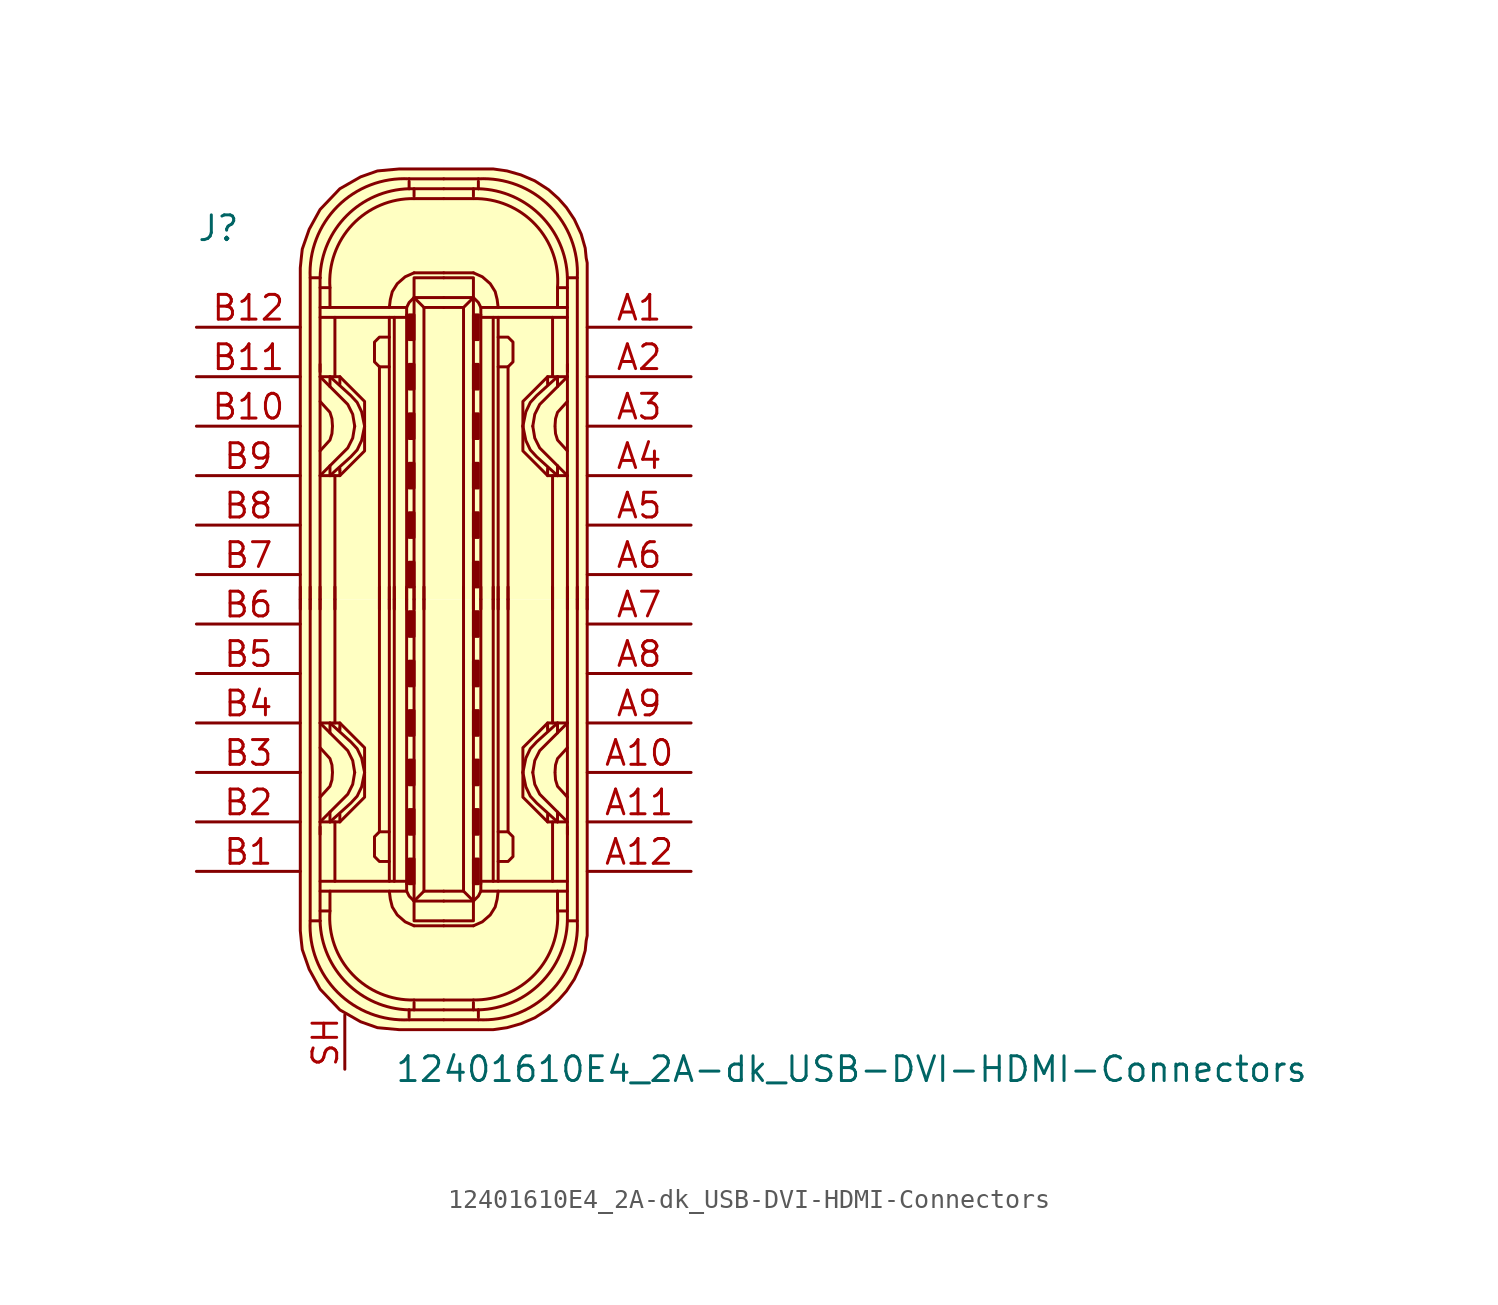
<source format=kicad_sym>
(kicad_symbol_lib
  (version 20211014)
  (generator kicad_symbol_editor)
  (symbol "12401610E4_2A-dk_USB-DVI-HDMI-Connectors"
    (pin_names
      (offset 1.016))
    (property "Reference" "J"
      (at -12.7 19.05 0)
      (effects (font (size 1.27 1.27)) (justify left)))
    (property "Value" "12401610E4_2A-dk_USB-DVI-HDMI-Connectors"
      (at -2.54 -24.13 0)
      (effects (font (size 1.27 1.27)) (justify left)))
    (symbol "12401610E4_2A-dk_USB-DVI-HDMI-Connectors_1_1"
      (arc (start -6.858 -16.51) (mid -5.4492 -20.1812) (end -1.778 -21.59) (stroke (width 0) (type default) (color 0 0 0 0)) (fill (type none)))
      (arc (start -6.35 -16.51) (mid -4.9749 -19.7069) (end -1.778 -21.082) (stroke (width 0) (type default) (color 0 0 0 0)) (fill (type none)))
      (arc (start -5.842 -16.002) (mid -4.6972 -19.2495) (end -1.524 -20.574) (stroke (width 0) (type default) (color 0 0 0 0)) (fill (type none)))
      (rectangle (start -1.778 -14.605) (end -1.524 -13.335) (stroke (width 0) (type default) (color 0 0 0 0)) (fill (type outline)))
      (rectangle (start -1.778 -12.065) (end -1.524 -10.795) (stroke (width 0) (type default) (color 0 0 0 0)) (fill (type outline)))
      (rectangle (start -1.778 -9.525) (end -1.524 -8.255) (stroke (width 0) (type default) (color 0 0 0 0)) (fill (type outline)))
      (rectangle (start -1.778 -6.985) (end -1.524 -5.715) (stroke (width 0) (type default) (color 0 0 0 0)) (fill (type outline)))
      (rectangle (start -1.778 -4.445) (end -1.524 -3.175) (stroke (width 0) (type default) (color 0 0 0 0)) (fill (type outline)))
      (rectangle (start -1.778 -1.905) (end -1.524 -0.635) (stroke (width 0) (type default) (color 0 0 0 0)) (fill (type outline)))
      (rectangle (start -1.778 1.905) (end -1.524 0.635) (stroke (width 0) (type default) (color 0 0 0 0)) (fill (type outline)))
      (rectangle (start -1.778 4.445) (end -1.524 3.175) (stroke (width 0) (type default) (color 0 0 0 0)) (fill (type outline)))
      (rectangle (start -1.778 6.985) (end -1.524 5.715) (stroke (width 0) (type default) (color 0 0 0 0)) (fill (type outline)))
      (rectangle (start -1.778 9.525) (end -1.524 8.255) (stroke (width 0) (type default) (color 0 0 0 0)) (fill (type outline)))
      (rectangle (start -1.778 12.065) (end -1.524 10.795) (stroke (width 0) (type default) (color 0 0 0 0)) (fill (type outline)))
      (rectangle (start -1.778 14.605) (end -1.524 13.335) (stroke (width 0) (type default) (color 0 0 0 0)) (fill (type outline)))
      (arc (start -1.778 21.082) (mid -4.9749 19.7069) (end -6.35 16.51) (stroke (width 0) (type default) (color 0 0 0 0)) (fill (type none)))
      (arc (start -1.778 21.59) (mid -5.4492 20.1812) (end -6.858 16.51) (stroke (width 0) (type default) (color 0 0 0 0)) (fill (type none)))
      (arc (start -1.524 20.574) (mid -4.6883 19.2412) (end -5.842 16.002) (stroke (width 0) (type default) (color 0 0 0 0)) (fill (type none)))
      (polyline (pts (xy -7.366 -0.508) (xy -7.366 0.635)) (stroke (width 0) (type default) (color 0 0 0 0)) (fill (type none)))
      (polyline (pts (xy -6.858 -0.508) (xy -6.858 0.635)) (stroke (width 0) (type default) (color 0 0 0 0)) (fill (type none)))
      (polyline (pts (xy -6.35 -14.986) (xy -1.905 -14.986)) (stroke (width 0) (type default) (color 0 0 0 0)) (fill (type none)))
      (polyline (pts (xy -6.35 -12.065) (xy -6.35 0)) (stroke (width 0) (type default) (color 0 0 0 0)) (fill (type none)))
      (polyline (pts (xy -6.35 -0.508) (xy -6.35 0.635)) (stroke (width 0) (type default) (color 0 0 0 0)) (fill (type none)))
      (polyline (pts (xy -6.35 12.065) (xy -6.35 0)) (stroke (width 0) (type default) (color 0 0 0 0)) (fill (type none)))
      (polyline (pts (xy -6.35 14.986) (xy -1.905 14.986)) (stroke (width 0) (type default) (color 0 0 0 0)) (fill (type none)))
      (polyline (pts (xy -5.842 -11.43) (xy -5.842 -10.922)) (stroke (width 0) (type default) (color 0 0 0 0)) (fill (type none)))
      (polyline (pts (xy -5.842 -6.35) (xy -5.842 -6.858)) (stroke (width 0) (type default) (color 0 0 0 0)) (fill (type none)))
      (polyline (pts (xy -5.842 6.35) (xy -5.842 6.858)) (stroke (width 0) (type default) (color 0 0 0 0)) (fill (type none)))
      (polyline (pts (xy -5.842 11.43) (xy -5.842 10.922)) (stroke (width 0) (type default) (color 0 0 0 0)) (fill (type none)))
      (polyline (pts (xy -5.588 -14.478) (xy -5.588 -11.43)) (stroke (width 0) (type default) (color 0 0 0 0)) (fill (type none)))
      (polyline (pts (xy -5.588 -6.35) (xy -5.588 0)) (stroke (width 0) (type default) (color 0 0 0 0)) (fill (type none)))
      (polyline (pts (xy -5.588 -0.508) (xy -5.588 0.635)) (stroke (width 0) (type default) (color 0 0 0 0)) (fill (type none)))
      (polyline (pts (xy -5.588 6.35) (xy -5.588 0)) (stroke (width 0) (type default) (color 0 0 0 0)) (fill (type none)))
      (polyline (pts (xy -5.588 14.478) (xy -5.588 11.43)) (stroke (width 0) (type default) (color 0 0 0 0)) (fill (type none)))
      (polyline (pts (xy -5.334 -11.43) (xy -5.334 -11.049)) (stroke (width 0) (type default) (color 0 0 0 0)) (fill (type none)))
      (polyline (pts (xy -5.334 -6.604) (xy -5.334 -6.731)) (stroke (width 0) (type default) (color 0 0 0 0)) (fill (type none)))
      (polyline (pts (xy -5.334 -6.35) (xy -5.334 -6.604)) (stroke (width 0) (type default) (color 0 0 0 0)) (fill (type none)))
      (polyline (pts (xy -5.334 6.35) (xy -5.334 6.604)) (stroke (width 0) (type default) (color 0 0 0 0)) (fill (type none)))
      (polyline (pts (xy -5.334 6.604) (xy -5.334 6.731)) (stroke (width 0) (type default) (color 0 0 0 0)) (fill (type none)))
      (polyline (pts (xy -5.334 11.43) (xy -5.334 11.049)) (stroke (width 0) (type default) (color 0 0 0 0)) (fill (type none)))
      (polyline (pts (xy -3.302 -0.508) (xy -3.302 0.635)) (stroke (width 0) (type default) (color 0 0 0 0)) (fill (type none)))
      (polyline (pts (xy -3.302 0) (xy -3.302 -11.938)) (stroke (width 0) (type default) (color 0 0 0 0)) (fill (type none)))
      (polyline (pts (xy -3.302 0) (xy -3.302 11.938)) (stroke (width 0) (type default) (color 0 0 0 0)) (fill (type none)))
      (polyline (pts (xy -2.794 -0.508) (xy -2.794 0.635)) (stroke (width 0) (type default) (color 0 0 0 0)) (fill (type none)))
      (polyline (pts (xy -2.794 0) (xy -2.794 -14.478)) (stroke (width 0) (type default) (color 0 0 0 0)) (fill (type none)))
      (polyline (pts (xy -2.794 0) (xy -2.794 14.478)) (stroke (width 0) (type default) (color 0 0 0 0)) (fill (type none)))
      (polyline (pts (xy -2.54 -14.478) (xy -2.54 0)) (stroke (width 0) (type default) (color 0 0 0 0)) (fill (type none)))
      (polyline (pts (xy -2.54 -0.508) (xy -2.54 0.635)) (stroke (width 0) (type default) (color 0 0 0 0)) (fill (type none)))
      (polyline (pts (xy -2.54 14.478) (xy -2.54 0)) (stroke (width 0) (type default) (color 0 0 0 0)) (fill (type none)))
      (polyline (pts (xy -1.905 -14.478) (xy -6.35 -14.478)) (stroke (width 0) (type default) (color 0 0 0 0)) (fill (type none)))
      (polyline (pts (xy -1.905 -0.508) (xy -1.905 0.635)) (stroke (width 0) (type default) (color 0 0 0 0)) (fill (type none)))
      (polyline (pts (xy -1.905 0) (xy -1.905 -14.605)) (stroke (width 0) (type default) (color 0 0 0 0)) (fill (type none)))
      (polyline (pts (xy -1.905 0) (xy -1.905 14.605)) (stroke (width 0) (type default) (color 0 0 0 0)) (fill (type none)))
      (polyline (pts (xy -1.905 14.478) (xy -6.35 14.478)) (stroke (width 0) (type default) (color 0 0 0 0)) (fill (type none)))
      (polyline (pts (xy -1.778 -21.59) (xy 0 -21.59)) (stroke (width 0) (type default) (color 0 0 0 0)) (fill (type background)))
      (polyline (pts (xy -1.778 -21.082) (xy -1.778 -21.463)) (stroke (width 0) (type default) (color 0 0 0 0)) (fill (type none)))
      (polyline (pts (xy -1.778 -21.082) (xy 0 -21.082)) (stroke (width 0) (type default) (color 0 0 0 0)) (fill (type none)))
      (polyline (pts (xy -1.778 21.082) (xy -1.778 21.463)) (stroke (width 0) (type default) (color 0 0 0 0)) (fill (type none)))
      (polyline (pts (xy -1.778 21.082) (xy 0 21.082)) (stroke (width 0) (type default) (color 0 0 0 0)) (fill (type none)))
      (polyline (pts (xy -1.778 21.59) (xy 0 21.59)) (stroke (width 0) (type default) (color 0 0 0 0)) (fill (type background)))
      (polyline (pts (xy -1.524 -20.701) (xy -1.524 -21.082)) (stroke (width 0) (type default) (color 0 0 0 0)) (fill (type none)))
      (polyline (pts (xy -1.524 -20.574) (xy 0 -20.574)) (stroke (width 0) (type default) (color 0 0 0 0)) (fill (type none)))
      (polyline (pts (xy -1.524 -0.508) (xy -1.524 0.635)) (stroke (width 0) (type default) (color 0 0 0 0)) (fill (type none)))
      (polyline (pts (xy -1.524 20.574) (xy 0 20.574)) (stroke (width 0) (type default) (color 0 0 0 0)) (fill (type none)))
      (polyline (pts (xy -1.524 20.701) (xy -1.524 21.082)) (stroke (width 0) (type default) (color 0 0 0 0)) (fill (type none)))
      (polyline (pts (xy -1.016 -14.986) (xy -1.524 -15.494)) (stroke (width 0) (type default) (color 0 0 0 0)) (fill (type none)))
      (polyline (pts (xy -1.016 -0.508) (xy -1.016 0.635)) (stroke (width 0) (type default) (color 0 0 0 0)) (fill (type none)))
      (polyline (pts (xy -1.016 14.986) (xy -1.524 15.494)) (stroke (width 0) (type default) (color 0 0 0 0)) (fill (type none)))
      (polyline (pts (xy 0 -16.764) (xy -1.524 -16.764)) (stroke (width 0) (type default) (color 0 0 0 0)) (fill (type none)))
      (polyline (pts (xy 0 -16.764) (xy 1.524 -16.764)) (stroke (width 0) (type default) (color 0 0 0 0)) (fill (type none)))
      (polyline (pts (xy 0 16.764) (xy -1.524 16.764)) (stroke (width 0) (type default) (color 0 0 0 0)) (fill (type none)))
      (polyline (pts (xy 0 16.764) (xy 1.524 16.764)) (stroke (width 0) (type default) (color 0 0 0 0)) (fill (type none)))
      (polyline (pts (xy 1.016 -14.986) (xy 1.524 -15.494)) (stroke (width 0) (type default) (color 0 0 0 0)) (fill (type none)))
      (polyline (pts (xy 1.016 -0.508) (xy 1.016 0.635)) (stroke (width 0) (type default) (color 0 0 0 0)) (fill (type none)))
      (polyline (pts (xy 1.016 14.986) (xy 1.524 15.494)) (stroke (width 0) (type default) (color 0 0 0 0)) (fill (type none)))
      (polyline (pts (xy 1.524 -20.701) (xy 1.524 -21.082)) (stroke (width 0) (type default) (color 0 0 0 0)) (fill (type none)))
      (polyline (pts (xy 1.524 -20.574) (xy 0 -20.574)) (stroke (width 0) (type default) (color 0 0 0 0)) (fill (type none)))
      (polyline (pts (xy 1.524 -0.508) (xy 1.524 0.635)) (stroke (width 0) (type default) (color 0 0 0 0)) (fill (type none)))
      (polyline (pts (xy 1.524 20.574) (xy 0 20.574)) (stroke (width 0) (type default) (color 0 0 0 0)) (fill (type none)))
      (polyline (pts (xy 1.524 20.701) (xy 1.524 21.082)) (stroke (width 0) (type default) (color 0 0 0 0)) (fill (type none)))
      (polyline (pts (xy 1.778 -21.59) (xy 0 -21.59)) (stroke (width 0) (type default) (color 0 0 0 0)) (fill (type background)))
      (polyline (pts (xy 1.778 -21.082) (xy 0 -21.082)) (stroke (width 0) (type default) (color 0 0 0 0)) (fill (type none)))
      (polyline (pts (xy 1.778 -21.082) (xy 1.778 -21.463)) (stroke (width 0) (type default) (color 0 0 0 0)) (fill (type none)))
      (polyline (pts (xy 1.778 21.082) (xy 0 21.082)) (stroke (width 0) (type default) (color 0 0 0 0)) (fill (type none)))
      (polyline (pts (xy 1.778 21.082) (xy 1.778 21.463)) (stroke (width 0) (type default) (color 0 0 0 0)) (fill (type none)))
      (polyline (pts (xy 1.778 21.59) (xy 0 21.59)) (stroke (width 0) (type default) (color 0 0 0 0)) (fill (type background)))
      (polyline (pts (xy 1.905 -14.478) (xy 6.35 -14.478)) (stroke (width 0) (type default) (color 0 0 0 0)) (fill (type none)))
      (polyline (pts (xy 1.905 -0.508) (xy 1.905 0.635)) (stroke (width 0) (type default) (color 0 0 0 0)) (fill (type none)))
      (polyline (pts (xy 1.905 0) (xy 1.905 -14.605)) (stroke (width 0) (type default) (color 0 0 0 0)) (fill (type none)))
      (polyline (pts (xy 1.905 0) (xy 1.905 14.605)) (stroke (width 0) (type default) (color 0 0 0 0)) (fill (type none)))
      (polyline (pts (xy 1.905 14.478) (xy 6.35 14.478)) (stroke (width 0) (type default) (color 0 0 0 0)) (fill (type none)))
      (polyline (pts (xy 2.54 -14.478) (xy 2.54 0)) (stroke (width 0) (type default) (color 0 0 0 0)) (fill (type none)))
      (polyline (pts (xy 2.54 -0.508) (xy 2.54 0.635)) (stroke (width 0) (type default) (color 0 0 0 0)) (fill (type none)))
      (polyline (pts (xy 2.54 14.478) (xy 2.54 0)) (stroke (width 0) (type default) (color 0 0 0 0)) (fill (type none)))
      (polyline (pts (xy 2.794 -0.508) (xy 2.794 0.635)) (stroke (width 0) (type default) (color 0 0 0 0)) (fill (type none)))
      (polyline (pts (xy 2.794 0) (xy 2.794 -14.478)) (stroke (width 0) (type default) (color 0 0 0 0)) (fill (type none)))
      (polyline (pts (xy 2.794 0) (xy 2.794 14.478)) (stroke (width 0) (type default) (color 0 0 0 0)) (fill (type none)))
      (polyline (pts (xy 3.302 -0.508) (xy 3.302 0.635)) (stroke (width 0) (type default) (color 0 0 0 0)) (fill (type none)))
      (polyline (pts (xy 3.302 0) (xy 3.302 -11.938)) (stroke (width 0) (type default) (color 0 0 0 0)) (fill (type none)))
      (polyline (pts (xy 3.302 0) (xy 3.302 11.938)) (stroke (width 0) (type default) (color 0 0 0 0)) (fill (type none)))
      (polyline (pts (xy 5.334 -11.43) (xy 5.334 -11.049)) (stroke (width 0) (type default) (color 0 0 0 0)) (fill (type none)))
      (polyline (pts (xy 5.334 -6.604) (xy 5.334 -6.731)) (stroke (width 0) (type default) (color 0 0 0 0)) (fill (type none)))
      (polyline (pts (xy 5.334 -6.35) (xy 5.334 -6.604)) (stroke (width 0) (type default) (color 0 0 0 0)) (fill (type none)))
      (polyline (pts (xy 5.334 6.35) (xy 5.334 6.604)) (stroke (width 0) (type default) (color 0 0 0 0)) (fill (type none)))
      (polyline (pts (xy 5.334 6.604) (xy 5.334 6.731)) (stroke (width 0) (type default) (color 0 0 0 0)) (fill (type none)))
      (polyline (pts (xy 5.334 11.43) (xy 5.334 11.049)) (stroke (width 0) (type default) (color 0 0 0 0)) (fill (type none)))
      (polyline (pts (xy 5.588 -14.478) (xy 5.588 -11.43)) (stroke (width 0) (type default) (color 0 0 0 0)) (fill (type none)))
      (polyline (pts (xy 5.588 -6.35) (xy 5.588 0)) (stroke (width 0) (type default) (color 0 0 0 0)) (fill (type none)))
      (polyline (pts (xy 5.588 -0.508) (xy 5.588 0.635)) (stroke (width 0) (type default) (color 0 0 0 0)) (fill (type none)))
      (polyline (pts (xy 5.588 6.35) (xy 5.588 0)) (stroke (width 0) (type default) (color 0 0 0 0)) (fill (type none)))
      (polyline (pts (xy 5.588 14.478) (xy 5.588 11.43)) (stroke (width 0) (type default) (color 0 0 0 0)) (fill (type none)))
      (polyline (pts (xy 5.842 -11.43) (xy 5.842 -10.922)) (stroke (width 0) (type default) (color 0 0 0 0)) (fill (type none)))
      (polyline (pts (xy 5.842 -6.35) (xy 5.842 -6.858)) (stroke (width 0) (type default) (color 0 0 0 0)) (fill (type none)))
      (polyline (pts (xy 5.842 6.35) (xy 5.842 6.858)) (stroke (width 0) (type default) (color 0 0 0 0)) (fill (type none)))
      (polyline (pts (xy 5.842 11.43) (xy 5.842 10.922)) (stroke (width 0) (type default) (color 0 0 0 0)) (fill (type none)))
      (polyline (pts (xy 6.35 -14.986) (xy 1.905 -14.986)) (stroke (width 0) (type default) (color 0 0 0 0)) (fill (type none)))
      (polyline (pts (xy 6.35 -12.065) (xy 6.35 0)) (stroke (width 0) (type default) (color 0 0 0 0)) (fill (type none)))
      (polyline (pts (xy 6.35 -0.508) (xy 6.35 0.635)) (stroke (width 0) (type default) (color 0 0 0 0)) (fill (type none)))
      (polyline (pts (xy 6.35 12.065) (xy 6.35 0)) (stroke (width 0) (type default) (color 0 0 0 0)) (fill (type none)))
      (polyline (pts (xy 6.35 14.986) (xy 1.905 14.986)) (stroke (width 0) (type default) (color 0 0 0 0)) (fill (type none)))
      (polyline (pts (xy 6.858 -0.508) (xy 6.858 0.635)) (stroke (width 0) (type default) (color 0 0 0 0)) (fill (type none)))
      (polyline (pts (xy 7.366 -0.508) (xy 7.366 0.635)) (stroke (width 0) (type default) (color 0 0 0 0)) (fill (type none)))
      (polyline (pts (xy -6.35 -16.51) (xy -6.858 -16.51) (xy -6.858 0)) (stroke (width 0) (type default) (color 0 0 0 0)) (fill (type none)))
      (polyline (pts (xy -6.35 -11.684) (xy -6.35 -15.875) (xy -6.35 -16.51)) (stroke (width 0) (type default) (color 0 0 0 0)) (fill (type none)))
      (polyline (pts (xy -6.35 11.684) (xy -6.35 15.875) (xy -6.35 16.51)) (stroke (width 0) (type default) (color 0 0 0 0)) (fill (type none)))
      (polyline (pts (xy -6.35 16.51) (xy -6.858 16.51) (xy -6.858 0)) (stroke (width 0) (type default) (color 0 0 0 0)) (fill (type none)))
      (polyline (pts (xy -5.842 -14.986) (xy -5.842 -16.002) (xy -6.35 -16.002)) (stroke (width 0) (type default) (color 0 0 0 0)) (fill (type none)))
      (polyline (pts (xy -5.842 14.986) (xy -5.842 16.002) (xy -6.35 16.002)) (stroke (width 0) (type default) (color 0 0 0 0)) (fill (type none)))
      (polyline (pts (xy -1.524 0) (xy -1.524 -15.494) (xy 0 -15.494)) (stroke (width 0) (type default) (color 0 0 0 0)) (fill (type none)))
      (polyline (pts (xy -1.524 0) (xy -1.524 15.494) (xy 0 15.494)) (stroke (width 0) (type default) (color 0 0 0 0)) (fill (type none)))
      (polyline (pts (xy -1.016 0) (xy -1.016 -14.986) (xy 0 -14.986)) (stroke (width 0) (type default) (color 0 0 0 0)) (fill (type none)))
      (polyline (pts (xy -1.016 0) (xy -1.016 14.986) (xy 0 14.986)) (stroke (width 0) (type default) (color 0 0 0 0)) (fill (type none)))
      (polyline (pts (xy 1.016 0) (xy 1.016 -14.986) (xy 0 -14.986)) (stroke (width 0) (type default) (color 0 0 0 0)) (fill (type none)))
      (polyline (pts (xy 1.016 0) (xy 1.016 14.986) (xy 0 14.986)) (stroke (width 0) (type default) (color 0 0 0 0)) (fill (type none)))
      (polyline (pts (xy 1.524 0) (xy 1.524 -15.494) (xy 0 -15.494)) (stroke (width 0) (type default) (color 0 0 0 0)) (fill (type none)))
      (polyline (pts (xy 1.524 0) (xy 1.524 15.494) (xy 0 15.494)) (stroke (width 0) (type default) (color 0 0 0 0)) (fill (type none)))
      (polyline (pts (xy 5.842 -14.986) (xy 5.842 -16.002) (xy 6.35 -16.002)) (stroke (width 0) (type default) (color 0 0 0 0)) (fill (type none)))
      (polyline (pts (xy 5.842 14.986) (xy 5.842 16.002) (xy 6.35 16.002)) (stroke (width 0) (type default) (color 0 0 0 0)) (fill (type none)))
      (polyline (pts (xy 6.35 -16.51) (xy 6.858 -16.51) (xy 6.858 0)) (stroke (width 0) (type default) (color 0 0 0 0)) (fill (type none)))
      (polyline (pts (xy 6.35 -11.684) (xy 6.35 -15.875) (xy 6.35 -16.51)) (stroke (width 0) (type default) (color 0 0 0 0)) (fill (type none)))
      (polyline (pts (xy 6.35 11.684) (xy 6.35 15.875) (xy 6.35 16.51)) (stroke (width 0) (type default) (color 0 0 0 0)) (fill (type none)))
      (polyline (pts (xy 6.35 16.51) (xy 6.858 16.51) (xy 6.858 0)) (stroke (width 0) (type default) (color 0 0 0 0)) (fill (type none)))
      (polyline (pts (xy -6.35 -11.43) (xy -4.928 -10.008) (xy -4.674 -9.5) (xy -4.572 -8.89)) (stroke (width 0) (type default) (color 0 0 0 0)) (fill (type none)))
      (polyline (pts (xy -6.35 -10.16) (xy -5.842 -9.601) (xy -5.74 -9.271) (xy -5.715 -8.915)) (stroke (width 0) (type default) (color 0 0 0 0)) (fill (type none)))
      (polyline (pts (xy -6.35 -7.62) (xy -5.842 -8.179) (xy -5.74 -8.509) (xy -5.715 -8.865)) (stroke (width 0) (type default) (color 0 0 0 0)) (fill (type none)))
      (polyline (pts (xy -6.35 -6.35) (xy -4.928 -7.772) (xy -4.674 -8.28) (xy -4.572 -8.89)) (stroke (width 0) (type default) (color 0 0 0 0)) (fill (type none)))
      (polyline (pts (xy -6.35 6.35) (xy -4.928 7.772) (xy -4.674 8.28) (xy -4.572 8.89)) (stroke (width 0) (type default) (color 0 0 0 0)) (fill (type none)))
      (polyline (pts (xy -6.35 7.62) (xy -5.842 8.179) (xy -5.74 8.509) (xy -5.715 8.865)) (stroke (width 0) (type default) (color 0 0 0 0)) (fill (type none)))
      (polyline (pts (xy -6.35 10.16) (xy -5.842 9.601) (xy -5.74 9.271) (xy -5.715 8.915)) (stroke (width 0) (type default) (color 0 0 0 0)) (fill (type none)))
      (polyline (pts (xy -6.35 11.43) (xy -4.928 10.008) (xy -4.674 9.5) (xy -4.572 8.89)) (stroke (width 0) (type default) (color 0 0 0 0)) (fill (type none)))
      (polyline (pts (xy -1.905 -14.605) (xy -1.905 -14.986) (xy -1.778 -15.24) (xy -1.524 -15.494)) (stroke (width 0) (type default) (color 0 0 0 0)) (fill (type none)))
      (polyline (pts (xy -1.905 14.605) (xy -1.905 14.986) (xy -1.778 15.24) (xy -1.524 15.494)) (stroke (width 0) (type default) (color 0 0 0 0)) (fill (type none)))
      (polyline (pts (xy 0 -16.51) (xy -1.397 -16.51) (xy -1.524 -16.51) (xy -1.524 -15.494)) (stroke (width 0) (type default) (color 0 0 0 0)) (fill (type none)))
      (polyline (pts (xy 0 -16.51) (xy 1.397 -16.51) (xy 1.524 -16.51) (xy 1.524 -15.494)) (stroke (width 0) (type default) (color 0 0 0 0)) (fill (type none)))
      (polyline (pts (xy 0 16.51) (xy -1.397 16.51) (xy -1.524 16.51) (xy -1.524 15.494)) (stroke (width 0) (type default) (color 0 0 0 0)) (fill (type none)))
      (polyline (pts (xy 0 16.51) (xy 1.397 16.51) (xy 1.524 16.51) (xy 1.524 15.494)) (stroke (width 0) (type default) (color 0 0 0 0)) (fill (type none)))
      (polyline (pts (xy 1.905 -14.605) (xy 1.905 -14.986) (xy 1.778 -15.24) (xy 1.524 -15.494)) (stroke (width 0) (type default) (color 0 0 0 0)) (fill (type none)))
      (polyline (pts (xy 1.905 14.605) (xy 1.905 14.986) (xy 1.778 15.24) (xy 1.524 15.494)) (stroke (width 0) (type default) (color 0 0 0 0)) (fill (type none)))
      (polyline (pts (xy 6.35 -11.43) (xy 4.928 -10.008) (xy 4.674 -9.5) (xy 4.572 -8.89)) (stroke (width 0) (type default) (color 0 0 0 0)) (fill (type none)))
      (polyline (pts (xy 6.35 -10.16) (xy 5.842 -9.601) (xy 5.74 -9.271) (xy 5.715 -8.915)) (stroke (width 0) (type default) (color 0 0 0 0)) (fill (type none)))
      (polyline (pts (xy 6.35 -7.62) (xy 5.842 -8.179) (xy 5.74 -8.509) (xy 5.715 -8.865)) (stroke (width 0) (type default) (color 0 0 0 0)) (fill (type none)))
      (polyline (pts (xy 6.35 -6.35) (xy 4.928 -7.772) (xy 4.674 -8.28) (xy 4.572 -8.89)) (stroke (width 0) (type default) (color 0 0 0 0)) (fill (type none)))
      (polyline (pts (xy 6.35 6.35) (xy 4.928 7.772) (xy 4.674 8.28) (xy 4.572 8.89)) (stroke (width 0) (type default) (color 0 0 0 0)) (fill (type none)))
      (polyline (pts (xy 6.35 7.62) (xy 5.842 8.179) (xy 5.74 8.509) (xy 5.715 8.865)) (stroke (width 0) (type default) (color 0 0 0 0)) (fill (type none)))
      (polyline (pts (xy 6.35 10.16) (xy 5.842 9.601) (xy 5.74 9.271) (xy 5.715 8.915)) (stroke (width 0) (type default) (color 0 0 0 0)) (fill (type none)))
      (polyline (pts (xy 6.35 11.43) (xy 4.928 10.008) (xy 4.674 9.5) (xy 4.572 8.89)) (stroke (width 0) (type default) (color 0 0 0 0)) (fill (type none)))
      (polyline (pts (xy -5.842 -11.43) (xy -4.775 -10.465) (xy -4.445 -10.109) (xy -4.216 -9.627) (xy -4.064 -8.89)) (stroke (width 0) (type default) (color 0 0 0 0)) (fill (type none)))
      (polyline (pts (xy -5.842 -6.35) (xy -4.775 -7.315) (xy -4.445 -7.671) (xy -4.216 -8.153) (xy -4.064 -8.89)) (stroke (width 0) (type default) (color 0 0 0 0)) (fill (type none)))
      (polyline (pts (xy -5.842 6.35) (xy -4.775 7.315) (xy -4.445 7.671) (xy -4.216 8.153) (xy -4.064 8.89)) (stroke (width 0) (type default) (color 0 0 0 0)) (fill (type none)))
      (polyline (pts (xy -5.842 11.43) (xy -4.775 10.465) (xy -4.445 10.109) (xy -4.216 9.627) (xy -4.064 8.89)) (stroke (width 0) (type default) (color 0 0 0 0)) (fill (type none)))
      (polyline (pts (xy 5.842 -11.43) (xy 4.775 -10.465) (xy 4.445 -10.109) (xy 4.216 -9.627) (xy 4.064 -8.89)) (stroke (width 0) (type default) (color 0 0 0 0)) (fill (type none)))
      (polyline (pts (xy 5.842 -6.35) (xy 4.775 -7.315) (xy 4.445 -7.671) (xy 4.216 -8.153) (xy 4.064 -8.89)) (stroke (width 0) (type default) (color 0 0 0 0)) (fill (type none)))
      (polyline (pts (xy 5.842 6.35) (xy 4.775 7.315) (xy 4.445 7.671) (xy 4.216 8.153) (xy 4.064 8.89)) (stroke (width 0) (type default) (color 0 0 0 0)) (fill (type none)))
      (polyline (pts (xy 5.842 11.43) (xy 4.775 10.465) (xy 4.445 10.109) (xy 4.216 9.627) (xy 4.064 8.89)) (stroke (width 0) (type default) (color 0 0 0 0)) (fill (type none)))
      (polyline (pts (xy -6.35 -11.43) (xy -5.334 -11.43) (xy -4.064 -10.16) (xy -4.064 -7.62) (xy -5.334 -6.35) (xy -6.35 -6.35)) (stroke (width 0) (type default) (color 0 0 0 0)) (fill (type none)))
      (polyline (pts (xy -6.35 11.43) (xy -5.334 11.43) (xy -4.064 10.16) (xy -4.064 7.62) (xy -5.334 6.35) (xy -6.35 6.35)) (stroke (width 0) (type default) (color 0 0 0 0)) (fill (type none)))
      (polyline (pts (xy -2.794 -14.986) (xy -2.743 -15.392) (xy -2.642 -15.799) (xy -2.388 -16.205) (xy -1.981 -16.561) (xy -1.524 -16.764)) (stroke (width 0) (type default) (color 0 0 0 0)) (fill (type none)))
      (polyline (pts (xy -2.794 -13.462) (xy -3.302 -13.462) (xy -3.556 -13.208) (xy -3.556 -12.192) (xy -3.302 -11.938) (xy -2.794 -11.938)) (stroke (width 0) (type default) (color 0 0 0 0)) (fill (type none)))
      (polyline (pts (xy -2.794 13.462) (xy -3.302 13.462) (xy -3.556 13.208) (xy -3.556 12.192) (xy -3.302 11.938) (xy -2.794 11.938)) (stroke (width 0) (type default) (color 0 0 0 0)) (fill (type none)))
      (polyline (pts (xy -2.794 14.986) (xy -2.743 15.392) (xy -2.642 15.799) (xy -2.388 16.205) (xy -1.981 16.561) (xy -1.524 16.764)) (stroke (width 0) (type default) (color 0 0 0 0)) (fill (type none)))
      (polyline (pts (xy 2.794 -14.986) (xy 2.743 -15.392) (xy 2.642 -15.799) (xy 2.388 -16.205) (xy 1.981 -16.561) (xy 1.524 -16.764)) (stroke (width 0) (type default) (color 0 0 0 0)) (fill (type none)))
      (polyline (pts (xy 2.794 -13.462) (xy 3.302 -13.462) (xy 3.556 -13.208) (xy 3.556 -12.192) (xy 3.302 -11.938) (xy 2.794 -11.938)) (stroke (width 0) (type default) (color 0 0 0 0)) (fill (type none)))
      (polyline (pts (xy 2.794 13.462) (xy 3.302 13.462) (xy 3.556 13.208) (xy 3.556 12.192) (xy 3.302 11.938) (xy 2.794 11.938)) (stroke (width 0) (type default) (color 0 0 0 0)) (fill (type none)))
      (polyline (pts (xy 2.794 14.986) (xy 2.743 15.392) (xy 2.642 15.799) (xy 2.388 16.205) (xy 1.981 16.561) (xy 1.524 16.764)) (stroke (width 0) (type default) (color 0 0 0 0)) (fill (type none)))
      (polyline (pts (xy 6.35 -11.43) (xy 5.334 -11.43) (xy 4.064 -10.16) (xy 4.064 -7.62) (xy 5.334 -6.35) (xy 6.35 -6.35)) (stroke (width 0) (type default) (color 0 0 0 0)) (fill (type none)))
      (polyline (pts (xy 6.35 11.43) (xy 5.334 11.43) (xy 4.064 10.16) (xy 4.064 7.62) (xy 5.334 6.35) (xy 6.35 6.35)) (stroke (width 0) (type default) (color 0 0 0 0)) (fill (type none)))
      (polyline (pts (xy 7.366 0) (xy 7.366 -17.018) (xy 7.366 -17.272) (xy 7.315 -17.526) (xy 7.264 -18.034) (xy 7.061 -18.745) (xy 6.706 -19.507) (xy 6.299 -20.117) (xy 5.893 -20.574) (xy 5.385 -21.031) (xy 4.674 -21.488) (xy 3.962 -21.793) (xy 3.251 -21.996) (xy 2.54 -22.098) (xy -2.286 -22.098) (xy -3.404 -21.996) (xy -4.267 -21.692) (xy -5.334 -21.082) (xy -6.35 -20.015) (xy -6.909 -18.999) (xy -7.264 -17.983) (xy -7.315 -17.526) (xy -7.366 -17.018) (xy -7.366 0)) (stroke (width 0) (type default) (color 0 0 0 0)) (fill (type background)))
      (polyline (pts (xy 7.366 0) (xy 7.366 17.018) (xy 7.366 17.272) (xy 7.315 17.526) (xy 7.264 18.034) (xy 7.061 18.745) (xy 6.706 19.507) (xy 6.299 20.117) (xy 5.893 20.574) (xy 5.385 21.031) (xy 4.674 21.488) (xy 3.962 21.793) (xy 3.251 21.996) (xy 2.54 22.098) (xy -2.286 22.098) (xy -3.404 21.996) (xy -4.267 21.692) (xy -5.334 21.082) (xy -6.35 20.015) (xy -6.909 18.999) (xy -7.264 17.983) (xy -7.315 17.526) (xy -7.366 17.018) (xy -7.366 0)) (stroke (width 0) (type default) (color 0 0 0 0)) (fill (type background)))
      (arc (start 1.524 -20.574) (mid 4.6883 -19.2412) (end 5.842 -16.002) (stroke (width 0) (type default) (color 0 0 0 0)) (fill (type none)))
      (arc (start 1.778 -21.59) (mid 5.4492 -20.1812) (end 6.858 -16.51) (stroke (width 0) (type default) (color 0 0 0 0)) (fill (type none)))
      (arc (start 1.778 -21.082) (mid 4.9749 -19.7069) (end 6.35 -16.51) (stroke (width 0) (type default) (color 0 0 0 0)) (fill (type none)))
      (rectangle (start 1.778 -14.605) (end 1.524 -13.335) (stroke (width 0) (type default) (color 0 0 0 0)) (fill (type outline)))
      (rectangle (start 1.778 -12.065) (end 1.524 -10.795) (stroke (width 0) (type default) (color 0 0 0 0)) (fill (type outline)))
      (rectangle (start 1.778 -9.525) (end 1.524 -8.255) (stroke (width 0) (type default) (color 0 0 0 0)) (fill (type outline)))
      (rectangle (start 1.778 -6.985) (end 1.524 -5.715) (stroke (width 0) (type default) (color 0 0 0 0)) (fill (type outline)))
      (rectangle (start 1.778 -4.445) (end 1.524 -3.175) (stroke (width 0) (type default) (color 0 0 0 0)) (fill (type outline)))
      (rectangle (start 1.778 -1.905) (end 1.524 -0.635) (stroke (width 0) (type default) (color 0 0 0 0)) (fill (type outline)))
      (rectangle (start 1.778 1.905) (end 1.524 0.635) (stroke (width 0) (type default) (color 0 0 0 0)) (fill (type outline)))
      (rectangle (start 1.778 4.445) (end 1.524 3.175) (stroke (width 0) (type default) (color 0 0 0 0)) (fill (type outline)))
      (rectangle (start 1.778 6.985) (end 1.524 5.715) (stroke (width 0) (type default) (color 0 0 0 0)) (fill (type outline)))
      (rectangle (start 1.778 9.525) (end 1.524 8.255) (stroke (width 0) (type default) (color 0 0 0 0)) (fill (type outline)))
      (rectangle (start 1.778 12.065) (end 1.524 10.795) (stroke (width 0) (type default) (color 0 0 0 0)) (fill (type outline)))
      (rectangle (start 1.778 14.605) (end 1.524 13.335) (stroke (width 0) (type default) (color 0 0 0 0)) (fill (type outline)))
      (arc (start 5.842 16.002) (mid 4.6972 19.2495) (end 1.524 20.574) (stroke (width 0) (type default) (color 0 0 0 0)) (fill (type none)))
      (arc (start 6.35 16.51) (mid 4.9749 19.7069) (end 1.778 21.082) (stroke (width 0) (type default) (color 0 0 0 0)) (fill (type none)))
      (arc (start 6.858 16.51) (mid 5.4492 20.1812) (end 1.778 21.59) (stroke (width 0) (type default) (color 0 0 0 0)) (fill (type none)))
      (pin passive line (at 12.7 13.97 180) (length 5.334) (name "~" (effects (font (size 1.27 1.27)))) (number "A1" (effects (font (size 1.27 1.27)))))
      (pin passive line (at 12.7 -8.89 180) (length 5.334) (name "~" (effects (font (size 1.27 1.27)))) (number "A10" (effects (font (size 1.27 1.27)))))
      (pin passive line (at 12.7 -11.43 180) (length 5.334) (name "~" (effects (font (size 1.27 1.27)))) (number "A11" (effects (font (size 1.27 1.27)))))
      (pin passive line (at 12.7 -13.97 180) (length 5.334) (name "~" (effects (font (size 1.27 1.27)))) (number "A12" (effects (font (size 1.27 1.27)))))
      (pin passive line (at 12.7 11.43 180) (length 5.334) (name "~" (effects (font (size 1.27 1.27)))) (number "A2" (effects (font (size 1.27 1.27)))))
      (pin passive line (at 12.7 8.89 180) (length 5.334) (name "~" (effects (font (size 1.27 1.27)))) (number "A3" (effects (font (size 1.27 1.27)))))
      (pin passive line (at 12.7 6.35 180) (length 5.334) (name "~" (effects (font (size 1.27 1.27)))) (number "A4" (effects (font (size 1.27 1.27)))))
      (pin passive line (at 12.7 3.81 180) (length 5.334) (name "~" (effects (font (size 1.27 1.27)))) (number "A5" (effects (font (size 1.27 1.27)))))
      (pin passive line (at 12.7 1.27 180) (length 5.334) (name "~" (effects (font (size 1.27 1.27)))) (number "A6" (effects (font (size 1.27 1.27)))))
      (pin passive line (at 12.7 -1.27 180) (length 5.334) (name "~" (effects (font (size 1.27 1.27)))) (number "A7" (effects (font (size 1.27 1.27)))))
      (pin passive line (at 12.7 -3.81 180) (length 5.334) (name "~" (effects (font (size 1.27 1.27)))) (number "A8" (effects (font (size 1.27 1.27)))))
      (pin passive line (at 12.7 -6.35 180) (length 5.334) (name "~" (effects (font (size 1.27 1.27)))) (number "A9" (effects (font (size 1.27 1.27)))))
      (pin passive line (at -12.7 -13.97 0) (length 5.334) (name "~" (effects (font (size 1.27 1.27)))) (number "B1" (effects (font (size 1.27 1.27)))))
      (pin passive line (at -12.7 8.89 0) (length 5.334) (name "~" (effects (font (size 1.27 1.27)))) (number "B10" (effects (font (size 1.27 1.27)))))
      (pin passive line (at -12.7 11.43 0) (length 5.334) (name "~" (effects (font (size 1.27 1.27)))) (number "B11" (effects (font (size 1.27 1.27)))))
      (pin passive line (at -12.7 13.97 0) (length 5.334) (name "~" (effects (font (size 1.27 1.27)))) (number "B12" (effects (font (size 1.27 1.27)))))
      (pin passive line (at -12.7 -11.43 0) (length 5.334) (name "~" (effects (font (size 1.27 1.27)))) (number "B2" (effects (font (size 1.27 1.27)))))
      (pin passive line (at -12.7 -8.89 0) (length 5.334) (name "~" (effects (font (size 1.27 1.27)))) (number "B3" (effects (font (size 1.27 1.27)))))
      (pin passive line (at -12.7 -6.35 0) (length 5.334) (name "~" (effects (font (size 1.27 1.27)))) (number "B4" (effects (font (size 1.27 1.27)))))
      (pin passive line (at -12.7 -3.81 0) (length 5.334) (name "~" (effects (font (size 1.27 1.27)))) (number "B5" (effects (font (size 1.27 1.27)))))
      (pin passive line (at -12.7 -1.27 0) (length 5.334) (name "~" (effects (font (size 1.27 1.27)))) (number "B6" (effects (font (size 1.27 1.27)))))
      (pin passive line (at -12.7 1.27 0) (length 5.334) (name "~" (effects (font (size 1.27 1.27)))) (number "B7" (effects (font (size 1.27 1.27)))))
      (pin passive line (at -12.7 3.81 0) (length 5.334) (name "~" (effects (font (size 1.27 1.27)))) (number "B8" (effects (font (size 1.27 1.27)))))
      (pin passive line (at -12.7 6.35 0) (length 5.334) (name "~" (effects (font (size 1.27 1.27)))) (number "B9" (effects (font (size 1.27 1.27)))))
      (pin input line (at -5.08 -24.13 90) (length 2.794) (name "~" (effects (font (size 1.27 1.27)))) (number "SH" (effects (font (size 1.27 1.27))))))))
</source>
